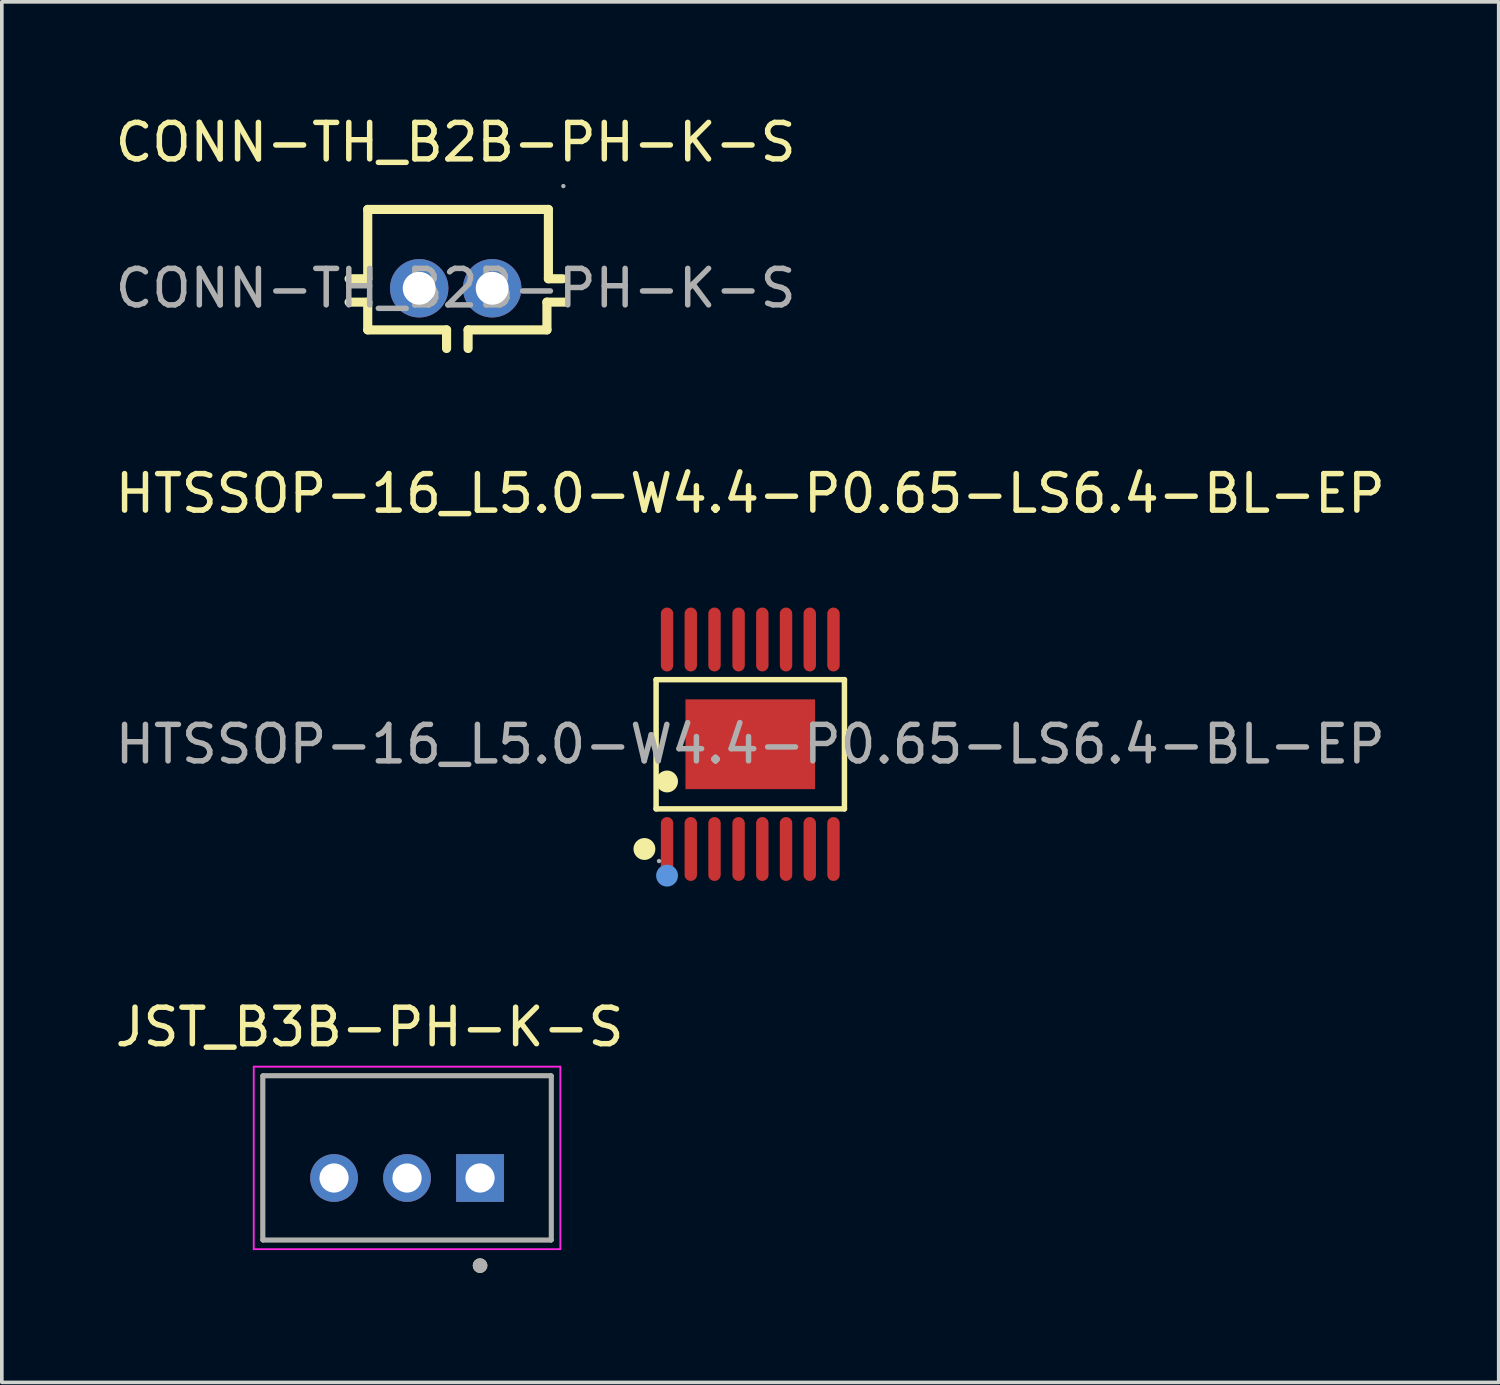
<source format=kicad_pcb>
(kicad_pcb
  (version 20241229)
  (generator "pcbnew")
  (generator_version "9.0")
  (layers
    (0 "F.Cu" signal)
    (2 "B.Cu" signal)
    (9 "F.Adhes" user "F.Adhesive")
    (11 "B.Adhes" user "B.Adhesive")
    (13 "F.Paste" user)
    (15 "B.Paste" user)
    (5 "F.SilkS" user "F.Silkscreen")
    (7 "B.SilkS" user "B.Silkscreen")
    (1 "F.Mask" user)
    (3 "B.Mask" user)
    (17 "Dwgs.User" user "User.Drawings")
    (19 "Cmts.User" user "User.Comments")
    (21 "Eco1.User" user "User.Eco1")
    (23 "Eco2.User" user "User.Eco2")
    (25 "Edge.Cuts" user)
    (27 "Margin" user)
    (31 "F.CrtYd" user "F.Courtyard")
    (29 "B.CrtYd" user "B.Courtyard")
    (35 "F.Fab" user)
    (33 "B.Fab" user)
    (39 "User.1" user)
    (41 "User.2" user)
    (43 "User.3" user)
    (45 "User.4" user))
  (footprint "CONN-TH_B2B-PH-K-S"
    (layer "F.Cu")
    (at 9.435 4.848)
    (property "Reference" "CONN-TH_B2B-PH-K-S" (at 0 -4 0) (layer "F.SilkS") (effects (font (size 1 1) (thickness 0.15))))
    (attr through_hole)
    (fp_line (start -2.92 -0.26) (end -2.41 -0.26) (stroke (width 0.25) (type solid)) (layer "F.SilkS"))
    (fp_line (start -2.92 0.38) (end -2.41 0.38) (stroke (width 0.25) (type solid)) (layer "F.SilkS"))
    (fp_line (start -2.41 -2.16) (end 2.54 -2.16) (stroke (width 0.25) (type solid)) (layer "F.SilkS"))
    (fp_line (start -2.41 -0.26) (end -2.41 -2.16) (stroke (width 0.25) (type solid)) (layer "F.SilkS"))
    (fp_line (start -2.41 0.38) (end -2.41 1.14) (stroke (width 0.25) (type solid)) (layer "F.SilkS"))
    (fp_line (start -2.41 1.14) (end -0.25 1.14) (stroke (width 0.25) (type solid)) (layer "F.SilkS"))
    (fp_line (start -0.25 1.14) (end -0.25 1.65) (stroke (width 0.25) (type solid)) (layer "F.SilkS"))
    (fp_line (start 0.34 1.14) (end 0.34 1.65) (stroke (width 0.25) (type solid)) (layer "F.SilkS"))
    (fp_line (start 2.5 0.38) (end 2.5 1.14) (stroke (width 0.25) (type solid)) (layer "F.SilkS"))
    (fp_line (start 2.5 1.14) (end 0.34 1.14) (stroke (width 0.25) (type solid)) (layer "F.SilkS"))
    (fp_line (start 2.54 -2.16) (end 2.54 -0.26) (stroke (width 0.25) (type solid)) (layer "F.SilkS"))
    (fp_line (start 2.54 -0.26) (end 2.93 -0.26) (stroke (width 0.25) (type solid)) (layer "F.SilkS"))
    (fp_line (start 3.01 0.38) (end 2.5 0.38) (stroke (width 0.25) (type solid)) (layer "F.SilkS"))
    (fp_circle (center 2.95 -2.8) (end 2.98 -2.8) (stroke (width 0.06) (type solid)) (fill no) (layer "F.Fab"))
    (fp_text user "${REFERENCE}" (at 0 0 0) (layer "F.Fab") (effects (font (size 1 1) (thickness 0.15))))
    (pad "1" thru_hole circle (at 1 0 180) (size 1.6 1.6) (drill 0.9) (layers "*.Cu" "*.Mask"))
    (pad "2" thru_hole circle (at -1 0 180) (size 1.6 1.6) (drill 0.9) (layers "*.Cu" "*.Mask")))
  (footprint "JST_B3B-PH-K-S"
    (layer "F.Cu")
    (at 8.102 28.675)
    (property "Reference" "JST_B3B-PH-K-S" (at -1.025 -3.585 0) (layer "F.SilkS") (effects (font (size 1 1) (thickness 0.15))))
    (attr through_hole)
    (fp_line (start -3.95 -2.25) (end 3.95 -2.25) (stroke (width 0.127) (type solid)) (layer "F.SilkS"))
    (fp_line (start -3.95 2.25) (end -3.95 -2.25) (stroke (width 0.127) (type solid)) (layer "F.SilkS"))
    (fp_line (start 3.95 -2.25) (end 3.95 2.25) (stroke (width 0.127) (type solid)) (layer "F.SilkS"))
    (fp_line (start 3.95 2.25) (end -3.95 2.25) (stroke (width 0.127) (type solid)) (layer "F.SilkS"))
    (fp_circle (center 2 2.95) (end 2.1 2.95) (stroke (width 0.2) (type solid)) (fill no) (layer "F.SilkS"))
    (fp_line (start -4.2 -2.5) (end 4.2 -2.5) (stroke (width 0.05) (type solid)) (layer "F.CrtYd"))
    (fp_line (start -4.2 2.5) (end -4.2 -2.5) (stroke (width 0.05) (type solid)) (layer "F.CrtYd"))
    (fp_line (start 4.2 -2.5) (end 4.2 2.5) (stroke (width 0.05) (type solid)) (layer "F.CrtYd"))
    (fp_line (start 4.2 2.5) (end -4.2 2.5) (stroke (width 0.05) (type solid)) (layer "F.CrtYd"))
    (fp_line (start -3.95 -2.25) (end 3.95 -2.25) (stroke (width 0.127) (type solid)) (layer "F.Fab"))
    (fp_line (start -3.95 2.25) (end -3.95 -2.25) (stroke (width 0.127) (type solid)) (layer "F.Fab"))
    (fp_line (start 3.95 -2.25) (end 3.95 2.25) (stroke (width 0.127) (type solid)) (layer "F.Fab"))
    (fp_line (start 3.95 2.25) (end -3.95 2.25) (stroke (width 0.127) (type solid)) (layer "F.Fab"))
    (fp_circle (center 2 2.95) (end 2.1 2.95) (stroke (width 0.2) (type solid)) (fill no) (layer "F.Fab"))
    (pad "1" thru_hole rect (at 2 0.55) (size 1.308 1.308) (drill 0.8) (layers "*.Cu" "*.Mask"))
    (pad "2" thru_hole circle (at 0 0.55) (size 1.308 1.308) (drill 0.8) (layers "*.Cu" "*.Mask"))
    (pad "3" thru_hole circle (at -2 0.55) (size 1.308 1.308) (drill 0.8) (layers "*.Cu" "*.Mask")))
  (footprint "HTSSOP-16_L5.0-W4.4-P0.65-LS6.4-BL-EP"
    (layer "F.Cu")
    (at 17.506 17.341)
    (property "Reference" "HTSSOP-16_L5.0-W4.4-P0.65-LS6.4-BL-EP" (at 0 -6.87 0) (layer "F.SilkS") (effects (font (size 1 1) (thickness 0.15))))
    (attr smd)
    (fp_line (start -2.58 -1.77) (end 2.58 -1.77) (stroke (width 0.15) (type solid)) (layer "F.SilkS"))
    (fp_line (start -2.58 1.77) (end -2.58 -1.77) (stroke (width 0.15) (type solid)) (layer "F.SilkS"))
    (fp_line (start 2.58 -1.77) (end 2.58 1.77) (stroke (width 0.15) (type solid)) (layer "F.SilkS"))
    (fp_line (start 2.58 1.77) (end -2.58 1.77) (stroke (width 0.15) (type solid)) (layer "F.SilkS"))
    (fp_circle (center -2.9 2.87) (end -2.75 2.87) (stroke (width 0.3) (type solid)) (fill no) (layer "F.SilkS"))
    (fp_circle (center -2.28 1.02) (end -2.13 1.02) (stroke (width 0.3) (type solid)) (fill no) (layer "F.SilkS"))
    (fp_circle (center -2.28 3.6) (end -2.13 3.6) (stroke (width 0.3) (type solid)) (fill no) (layer "Cmts.User"))
    (fp_circle (center -2.5 3.2) (end -2.47 3.2) (stroke (width 0.06) (type solid)) (fill no) (layer "F.Fab"))
    (fp_text user "${REFERENCE}" (at 0 0 0) (layer "F.Fab") (effects (font (size 1 1) (thickness 0.15))))
    (pad "1" smd oval (at -2.28 2.87) (size 0.34 1.75) (layers "F.Cu" "F.Mask" "F.Paste"))
    (pad "2" smd oval (at -1.63 2.87) (size 0.34 1.75) (layers "F.Cu" "F.Mask" "F.Paste"))
    (pad "3" smd oval (at -0.98 2.87) (size 0.34 1.75) (layers "F.Cu" "F.Mask" "F.Paste"))
    (pad "4" smd oval (at -0.32 2.87) (size 0.34 1.75) (layers "F.Cu" "F.Mask" "F.Paste"))
    (pad "5" smd oval (at 0.33 2.87) (size 0.34 1.75) (layers "F.Cu" "F.Mask" "F.Paste"))
    (pad "6" smd oval (at 0.98 2.87) (size 0.34 1.75) (layers "F.Cu" "F.Mask" "F.Paste"))
    (pad "7" smd oval (at 1.63 2.87) (size 0.34 1.75) (layers "F.Cu" "F.Mask" "F.Paste"))
    (pad "8" smd oval (at 2.28 2.87) (size 0.34 1.75) (layers "F.Cu" "F.Mask" "F.Paste"))
    (pad "9" smd oval (at 2.28 -2.87) (size 0.34 1.75) (layers "F.Cu" "F.Mask" "F.Paste"))
    (pad "10" smd oval (at 1.63 -2.87) (size 0.34 1.75) (layers "F.Cu" "F.Mask" "F.Paste"))
    (pad "11" smd oval (at 0.98 -2.87) (size 0.34 1.75) (layers "F.Cu" "F.Mask" "F.Paste"))
    (pad "12" smd oval (at 0.33 -2.87) (size 0.34 1.75) (layers "F.Cu" "F.Mask" "F.Paste"))
    (pad "13" smd oval (at -0.32 -2.87) (size 0.34 1.75) (layers "F.Cu" "F.Mask" "F.Paste"))
    (pad "14" smd oval (at -0.98 -2.87) (size 0.34 1.75) (layers "F.Cu" "F.Mask" "F.Paste"))
    (pad "15" smd oval (at -1.63 -2.87) (size 0.34 1.75) (layers "F.Cu" "F.Mask" "F.Paste"))
    (pad "16" smd oval (at -2.28 -2.87) (size 0.34 1.75) (layers "F.Cu" "F.Mask" "F.Paste"))
    (pad "17" smd rect (at 0 0) (size 3.55 2.46) (layers "F.Cu" "F.Mask" "F.Paste")))
  (gr_rect
    (start -3 -3)
    (end 38.012 34.825)
    (stroke (width 0.1) (type default))
    (fill no)
    (layer "Edge.Cuts")))
</source>
